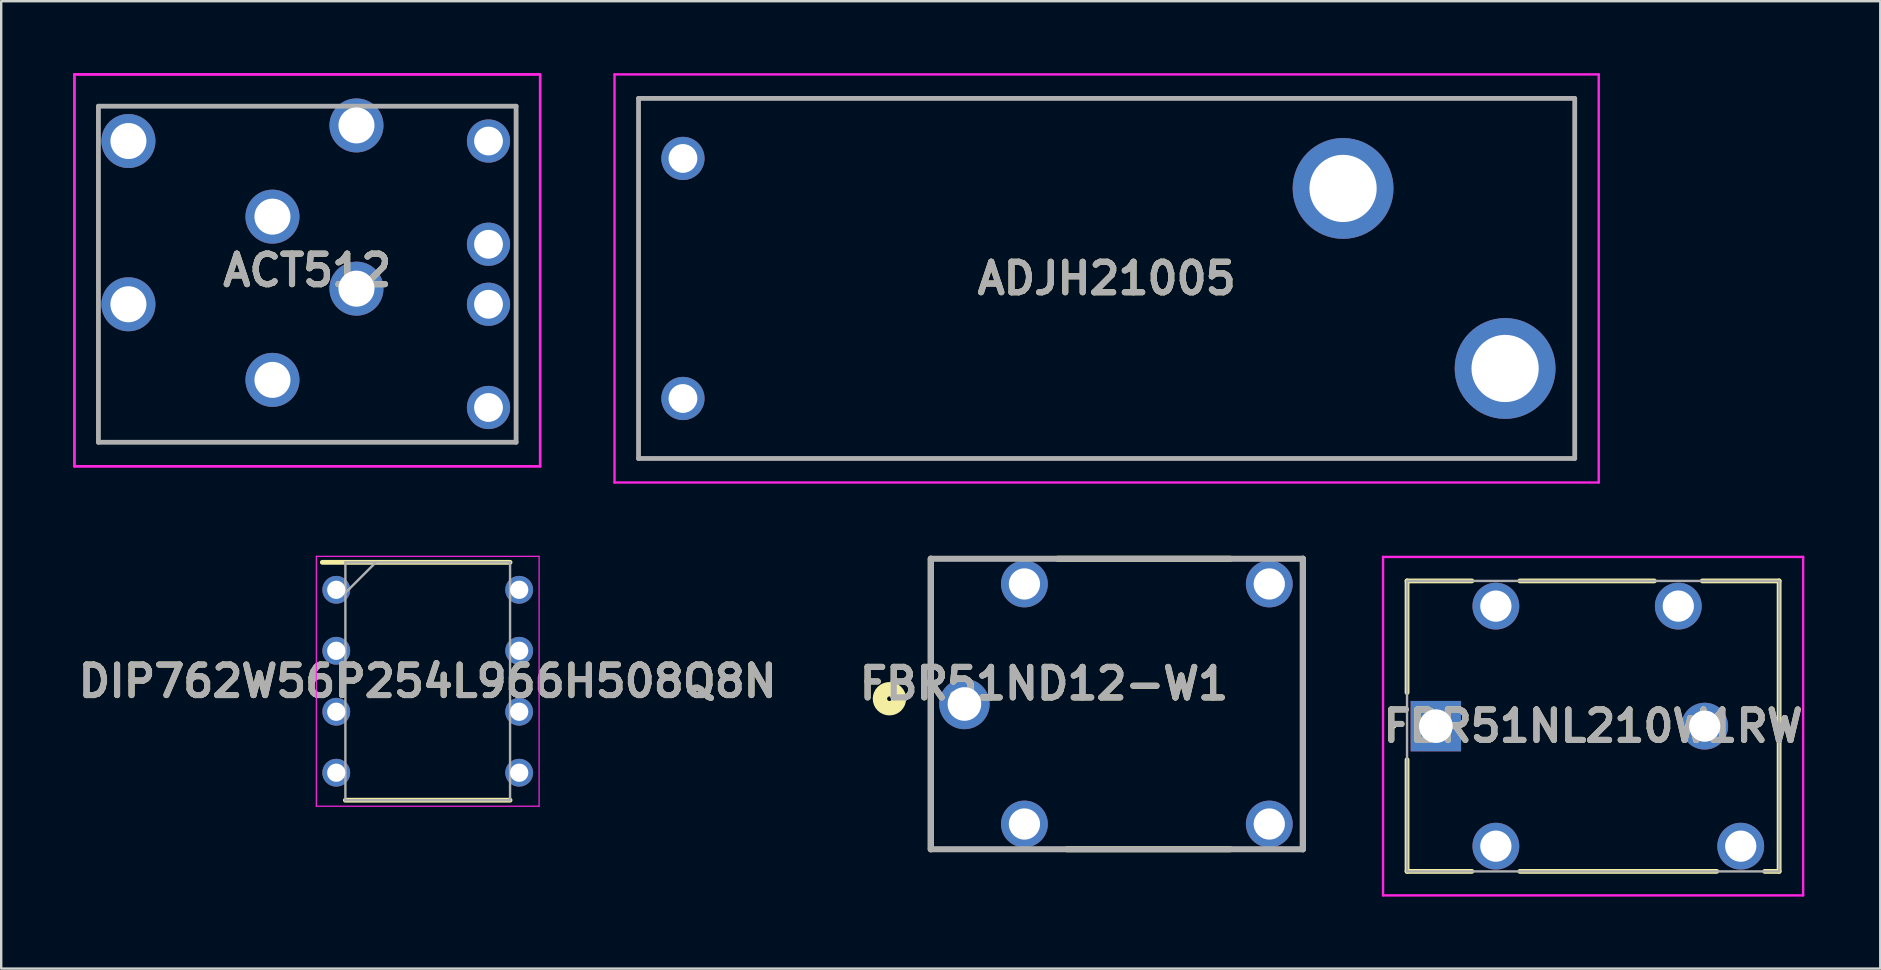
<source format=kicad_pcb>
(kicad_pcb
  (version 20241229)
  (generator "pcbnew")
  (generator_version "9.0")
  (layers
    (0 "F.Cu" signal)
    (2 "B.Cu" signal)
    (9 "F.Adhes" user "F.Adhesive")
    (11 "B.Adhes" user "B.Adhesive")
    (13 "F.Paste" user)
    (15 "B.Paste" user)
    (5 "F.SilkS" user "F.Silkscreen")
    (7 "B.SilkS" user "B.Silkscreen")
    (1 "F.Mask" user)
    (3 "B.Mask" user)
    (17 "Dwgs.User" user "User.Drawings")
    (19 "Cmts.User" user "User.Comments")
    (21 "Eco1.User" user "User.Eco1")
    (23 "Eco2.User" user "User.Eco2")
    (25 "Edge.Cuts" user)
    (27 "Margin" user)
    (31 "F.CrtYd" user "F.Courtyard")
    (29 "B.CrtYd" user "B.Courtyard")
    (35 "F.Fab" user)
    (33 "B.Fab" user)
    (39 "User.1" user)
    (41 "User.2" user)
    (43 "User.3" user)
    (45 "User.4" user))
  (footprint "ACT512"
    (layer "F.Cu")
    (at 2.3 9.625)
    (property "Reference" "ACT512" (at 7.45 -1.412 0) (layer "F.SilkS") (effects (font (size 1.27 1.27) (thickness 0.254))))
    (attr through_hole)
    (fp_line (start -1.25 -8.25) (end 8.4 -8.25) (stroke (width 0.1) (type solid)) (layer "F.SilkS"))
    (fp_line (start -1.25 -5.6) (end -1.25 -1.2) (stroke (width 0.1) (type solid)) (layer "F.SilkS"))
    (fp_line (start -1.25 1.2) (end -1.25 5.75) (stroke (width 0.1) (type solid)) (layer "F.SilkS"))
    (fp_line (start -1.25 5.75) (end 16.15 5.75) (stroke (width 0.1) (type solid)) (layer "F.SilkS"))
    (fp_line (start 16.15 -8.25) (end 10.8 -8.25) (stroke (width 0.1) (type solid)) (layer "F.SilkS"))
    (fp_line (start 16.15 5.75) (end 16.15 -8.25) (stroke (width 0.1) (type solid)) (layer "F.SilkS"))
    (fp_line (start -2.25 -9.575) (end -2.25 6.75) (stroke (width 0.1) (type solid)) (layer "F.CrtYd"))
    (fp_line (start -2.25 -9.575) (end -2.25 6.75) (stroke (width 0.1) (type solid)) (layer "F.CrtYd"))
    (fp_line (start -2.25 6.75) (end 17.15 6.75) (stroke (width 0.1) (type solid)) (layer "F.CrtYd"))
    (fp_line (start -2.25 6.75) (end 17.15 6.75) (stroke (width 0.1) (type solid)) (layer "F.CrtYd"))
    (fp_line (start 17.15 -9.575) (end -2.25 -9.575) (stroke (width 0.1) (type solid)) (layer "F.CrtYd"))
    (fp_line (start 17.15 -9.575) (end -2.25 -9.575) (stroke (width 0.1) (type solid)) (layer "F.CrtYd"))
    (fp_line (start 17.15 6.75) (end 17.15 -9.575) (stroke (width 0.1) (type solid)) (layer "F.CrtYd"))
    (fp_line (start 17.15 6.75) (end 17.15 -9.575) (stroke (width 0.1) (type solid)) (layer "F.CrtYd"))
    (fp_line (start -1.25 -8.25) (end -1.25 5.75) (stroke (width 0.2) (type solid)) (layer "F.Fab"))
    (fp_line (start -1.25 5.75) (end 16.15 5.75) (stroke (width 0.2) (type solid)) (layer "F.Fab"))
    (fp_line (start 16.15 -8.25) (end -1.25 -8.25) (stroke (width 0.2) (type solid)) (layer "F.Fab"))
    (fp_line (start 16.15 5.75) (end 16.15 -8.25) (stroke (width 0.2) (type solid)) (layer "F.Fab"))
    (fp_text user "${REFERENCE}" (at 7.45 -1.412 0) (layer "F.Fab") (effects (font (size 1.27 1.27) (thickness 0.254))))
    (pad "1" thru_hole circle (at 0 0) (size 2.25 2.25) (drill 1.5) (layers "*.Cu" "*.Mask"))
    (pad "2" thru_hole circle (at 0 -6.8) (size 2.25 2.25) (drill 1.5) (layers "*.Cu" "*.Mask"))
    (pad "3" thru_hole circle (at 6 3.15) (size 2.25 2.25) (drill 1.5) (layers "*.Cu" "*.Mask"))
    (pad "4" thru_hole circle (at 6 -3.65) (size 2.25 2.25) (drill 1.5) (layers "*.Cu" "*.Mask"))
    (pad "5" thru_hole circle (at 9.5 -0.65) (size 2.25 2.25) (drill 1.5) (layers "*.Cu" "*.Mask"))
    (pad "6" thru_hole circle (at 9.5 -7.45) (size 2.25 2.25) (drill 1.5) (layers "*.Cu" "*.Mask"))
    (pad "7" thru_hole circle (at 15 4.3) (size 1.8 1.8) (drill 1.2) (layers "*.Cu" "*.Mask"))
    (pad "8" thru_hole circle (at 15 0) (size 1.8 1.8) (drill 1.2) (layers "*.Cu" "*.Mask"))
    (pad "9" thru_hole circle (at 15 -2.5) (size 1.8 1.8) (drill 1.2) (layers "*.Cu" "*.Mask"))
    (pad "10" thru_hole circle (at 15 -6.8) (size 1.8 1.8) (drill 1.2) (layers "*.Cu" "*.Mask")))
  (footprint "DIP762W56P254L966H508Q8N"
    (layer "F.Cu")
    (at 14.768 25.33)
    (property "Reference" "DIP762W56P254L966H508Q8N" (at 0 0 0) (layer "F.SilkS") (effects (font (size 1.27 1.27) (thickness 0.254))))
    (attr through_hole)
    (fp_line (start -4.39 -4.955) (end 3.43 -4.955) (stroke (width 0.2) (type solid)) (layer "F.SilkS"))
    (fp_line (start -3.43 4.955) (end 3.43 4.955) (stroke (width 0.2) (type solid)) (layer "F.SilkS"))
    (fp_line (start -4.64 -5.205) (end 4.64 -5.205) (stroke (width 0.05) (type solid)) (layer "F.CrtYd"))
    (fp_line (start -4.64 5.205) (end -4.64 -5.205) (stroke (width 0.05) (type solid)) (layer "F.CrtYd"))
    (fp_line (start 4.64 -5.205) (end 4.64 5.205) (stroke (width 0.05) (type solid)) (layer "F.CrtYd"))
    (fp_line (start 4.64 5.205) (end -4.64 5.205) (stroke (width 0.05) (type solid)) (layer "F.CrtYd"))
    (fp_line (start -3.43 -4.955) (end 3.43 -4.955) (stroke (width 0.1) (type solid)) (layer "F.Fab"))
    (fp_line (start -3.43 -3.685) (end -2.16 -4.955) (stroke (width 0.1) (type solid)) (layer "F.Fab"))
    (fp_line (start -3.43 4.955) (end -3.43 -4.955) (stroke (width 0.1) (type solid)) (layer "F.Fab"))
    (fp_line (start 3.43 -4.955) (end 3.43 4.955) (stroke (width 0.1) (type solid)) (layer "F.Fab"))
    (fp_line (start 3.43 4.955) (end -3.43 4.955) (stroke (width 0.1) (type solid)) (layer "F.Fab"))
    (fp_text user "${REFERENCE}" (at 0 0 0) (layer "F.Fab") (effects (font (size 1.27 1.27) (thickness 0.254))))
    (pad "1" thru_hole circle (at -3.81 -3.81) (size 1.16 1.16) (drill 0.76) (layers "*.Cu" "*.Mask"))
    (pad "2" thru_hole circle (at -3.81 -1.27) (size 1.16 1.16) (drill 0.76) (layers "*.Cu" "*.Mask"))
    (pad "3" thru_hole circle (at -3.81 1.27) (size 1.16 1.16) (drill 0.76) (layers "*.Cu" "*.Mask"))
    (pad "4" thru_hole circle (at -3.81 3.81) (size 1.16 1.16) (drill 0.76) (layers "*.Cu" "*.Mask"))
    (pad "5" thru_hole circle (at 3.81 3.81) (size 1.16 1.16) (drill 0.76) (layers "*.Cu" "*.Mask"))
    (pad "6" thru_hole circle (at 3.81 1.27) (size 1.16 1.16) (drill 0.76) (layers "*.Cu" "*.Mask"))
    (pad "7" thru_hole circle (at 3.81 -1.27) (size 1.16 1.16) (drill 0.76) (layers "*.Cu" "*.Mask"))
    (pad "8" thru_hole circle (at 3.81 -3.81) (size 1.16 1.16) (drill 0.76) (layers "*.Cu" "*.Mask")))
  (footprint "ADJH21005"
    (layer "F.Cu")
    (at 25.4 13.55)
    (property "Reference" "ADJH21005" (at 17.65 -5 0) (layer "F.SilkS") (effects (font (size 1.27 1.27) (thickness 0.254))))
    (attr through_hole)
    (fp_line (start -1.85 -12.5) (end -1.85 2.5) (stroke (width 0.1) (type solid)) (layer "F.SilkS"))
    (fp_line (start -1.85 2.5) (end 37.15 2.5) (stroke (width 0.1) (type solid)) (layer "F.SilkS"))
    (fp_line (start 37.15 -12.5) (end -1.85 -12.5) (stroke (width 0.1) (type solid)) (layer "F.SilkS"))
    (fp_line (start 37.15 2.5) (end 37.15 -12.5) (stroke (width 0.1) (type solid)) (layer "F.SilkS"))
    (fp_line (start -2.85 -13.5) (end -2.85 3.5) (stroke (width 0.1) (type solid)) (layer "F.CrtYd"))
    (fp_line (start -2.85 3.5) (end 38.15 3.5) (stroke (width 0.1) (type solid)) (layer "F.CrtYd"))
    (fp_line (start 38.15 -13.5) (end -2.85 -13.5) (stroke (width 0.1) (type solid)) (layer "F.CrtYd"))
    (fp_line (start 38.15 3.5) (end 38.15 -13.5) (stroke (width 0.1) (type solid)) (layer "F.CrtYd"))
    (fp_line (start -1.85 -12.5) (end -1.85 2.5) (stroke (width 0.2) (type solid)) (layer "F.Fab"))
    (fp_line (start -1.85 2.5) (end 37.15 2.5) (stroke (width 0.2) (type solid)) (layer "F.Fab"))
    (fp_line (start 37.15 -12.5) (end -1.85 -12.5) (stroke (width 0.2) (type solid)) (layer "F.Fab"))
    (fp_line (start 37.15 2.5) (end 37.15 -12.5) (stroke (width 0.2) (type solid)) (layer "F.Fab"))
    (fp_text user "${REFERENCE}" (at 17.65 -5 0) (layer "F.Fab") (effects (font (size 1.27 1.27) (thickness 0.254))))
    (pad "1" thru_hole circle (at 0 0) (size 1.8 1.8) (drill 1.2) (layers "*.Cu" "*.Mask"))
    (pad "2" thru_hole circle (at 0 -10) (size 1.8 1.8) (drill 1.2) (layers "*.Cu" "*.Mask"))
    (pad "3" thru_hole circle (at 27.5 -8.75) (size 4.2 4.2) (drill 2.8) (layers "*.Cu" "*.Mask"))
    (pad "4" thru_hole circle (at 34.25 -1.25) (size 4.2 4.2) (drill 2.8) (layers "*.Cu" "*.Mask")))
  (footprint "FBR51NL210W1RW"
    (layer "F.Cu")
    (at 56.765 27.2)
    (property "Reference" "FBR51NL210W1RW" (at 6.55 0 0) (layer "F.SilkS") (effects (font (size 1.27 1.27) (thickness 0.254))))
    (attr through_hole)
    (fp_line (start -1.8 0) (end -1.8 0) (stroke (width 0.1) (type solid)) (layer "F.SilkS"))
    (fp_line (start -1.7 0) (end -1.7 0) (stroke (width 0.1) (type solid)) (layer "F.SilkS"))
    (fp_line (start -1.2 -6.05) (end 1.5 -6.05) (stroke (width 0.2) (type solid)) (layer "F.SilkS"))
    (fp_line (start -1.2 -1.4) (end -1.2 -6.05) (stroke (width 0.2) (type solid)) (layer "F.SilkS"))
    (fp_line (start -1.2 6.05) (end -1.2 1.4) (stroke (width 0.2) (type solid)) (layer "F.SilkS"))
    (fp_line (start 1.5 6.05) (end -1.2 6.05) (stroke (width 0.2) (type solid)) (layer "F.SilkS"))
    (fp_line (start 3.5 -6.05) (end 9.1 -6.05) (stroke (width 0.2) (type solid)) (layer "F.SilkS"))
    (fp_line (start 3.5 6.05) (end 11.7 6.05) (stroke (width 0.2) (type solid)) (layer "F.SilkS"))
    (fp_line (start 11.1 -6.05) (end 14.3 -6.05) (stroke (width 0.2) (type solid)) (layer "F.SilkS"))
    (fp_line (start 14.3 -6.05) (end 14.3 6.05) (stroke (width 0.2) (type solid)) (layer "F.SilkS"))
    (fp_line (start 14.3 6.05) (end 13.7 6.05) (stroke (width 0.2) (type solid)) (layer "F.SilkS"))
    (fp_arc (start -1.8 0) (mid -1.75 -0.05) (end -1.7 0) (stroke (width 0.1) (type solid)) (layer "F.SilkS"))
    (fp_arc (start -1.7 0) (mid -1.75 0.05) (end -1.8 0) (stroke (width 0.1) (type solid)) (layer "F.SilkS"))
    (fp_line (start -2.2 -7.05) (end -2.2 7.05) (stroke (width 0.1) (type solid)) (layer "F.CrtYd"))
    (fp_line (start -2.2 7.05) (end 15.3 7.05) (stroke (width 0.1) (type solid)) (layer "F.CrtYd"))
    (fp_line (start 15.3 -7.05) (end -2.2 -7.05) (stroke (width 0.1) (type solid)) (layer "F.CrtYd"))
    (fp_line (start 15.3 7.05) (end 15.3 -7.05) (stroke (width 0.1) (type solid)) (layer "F.CrtYd"))
    (fp_line (start -1.2 -6.05) (end -1.2 6.05) (stroke (width 0.1) (type solid)) (layer "F.Fab"))
    (fp_line (start -1.2 6.05) (end 14.3 6.05) (stroke (width 0.1) (type solid)) (layer "F.Fab"))
    (fp_line (start 14.3 -6.05) (end -1.2 -6.05) (stroke (width 0.1) (type solid)) (layer "F.Fab"))
    (fp_line (start 14.3 6.05) (end 14.3 -6.05) (stroke (width 0.1) (type solid)) (layer "F.Fab"))
    (fp_text user "${REFERENCE}" (at 6.55 0 0) (layer "F.Fab") (effects (font (size 1.27 1.27) (thickness 0.254))))
    (pad "1" thru_hole rect (at 0 0) (size 2.1 2.1) (drill 1.4) (layers "*.Cu" "*.Mask"))
    (pad "2" thru_hole circle (at 2.5 5) (size 1.95 1.95) (drill 1.3) (layers "*.Cu" "*.Mask"))
    (pad "3" thru_hole circle (at 12.7 5) (size 1.95 1.95) (drill 1.3) (layers "*.Cu" "*.Mask"))
    (pad "4" thru_hole circle (at 11.2 0) (size 1.95 1.95) (drill 1.3) (layers "*.Cu" "*.Mask"))
    (pad "5" thru_hole circle (at 10.1 -5) (size 1.95 1.95) (drill 1.3) (layers "*.Cu" "*.Mask"))
    (pad "6" thru_hole circle (at 2.5 -5) (size 1.95 1.95) (drill 1.3) (layers "*.Cu" "*.Mask")))
  (footprint "FBR51ND12-W1"
    (layer "F.Cu")
    (at 43.476 26.277)
    (property "Reference" "FBR51ND12-W1" (at -3.035 -0.849 0) (layer "F.SilkS") (effects (font (size 1.27 1.27) (thickness 0.254))))
    (attr through_hole)
    (fp_line (start -7.75 6.05) (end -7.75 -6.05) (stroke (width 0.254) (type solid)) (layer "F.SilkS"))
    (fp_line (start -2.46 -6.05) (end 4.719 -6.05) (stroke (width 0.254) (type solid)) (layer "F.SilkS"))
    (fp_line (start -2.076 6.05) (end 4.719 6.05) (stroke (width 0.254) (type solid)) (layer "F.SilkS"))
    (fp_line (start 7.75 -6.05) (end 7.75 6.05) (stroke (width 0.254) (type solid)) (layer "F.SilkS"))
    (fp_circle (center -9.474 -0.219) (end -9.474 0.176) (stroke (width 0.6) (type solid)) (fill no) (layer "F.SilkS"))
    (fp_line (start -7.75 -6.05) (end 7.75 -6.05) (stroke (width 0.254) (type solid)) (layer "F.Fab"))
    (fp_line (start -7.75 6.05) (end -7.75 -6.05) (stroke (width 0.254) (type solid)) (layer "F.Fab"))
    (fp_line (start 7.75 -6.05) (end 7.75 6.05) (stroke (width 0.254) (type solid)) (layer "F.Fab"))
    (fp_line (start 7.75 6.05) (end -7.75 6.05) (stroke (width 0.254) (type solid)) (layer "F.Fab"))
    (fp_text user "${REFERENCE}" (at -3.035 -0.849 0) (layer "F.Fab") (effects (font (size 1.27 1.27) (thickness 0.254))))
    (pad "1" thru_hole circle (at -6.35 0) (size 2.1 2.1) (drill 1.4) (layers "*.Cu" "*.Mask"))
    (pad "2" thru_hole circle (at -3.85 5) (size 1.95 1.95) (drill 1.3) (layers "*.Cu" "*.Mask"))
    (pad "3" thru_hole circle (at 6.35 5) (size 1.95 1.95) (drill 1.3) (layers "*.Cu" "*.Mask"))
    (pad "4" thru_hole circle (at 6.35 -5) (size 1.95 1.95) (drill 1.3) (layers "*.Cu" "*.Mask"))
    (pad "5" thru_hole circle (at -3.85 -5) (size 1.95 1.95) (drill 1.3) (layers "*.Cu" "*.Mask")))
  (gr_rect
    (start -3 -3)
    (end 75.278 37.3)
    (stroke (width 0.1) (type default))
    (fill no)
    (layer "Edge.Cuts")))
</source>
